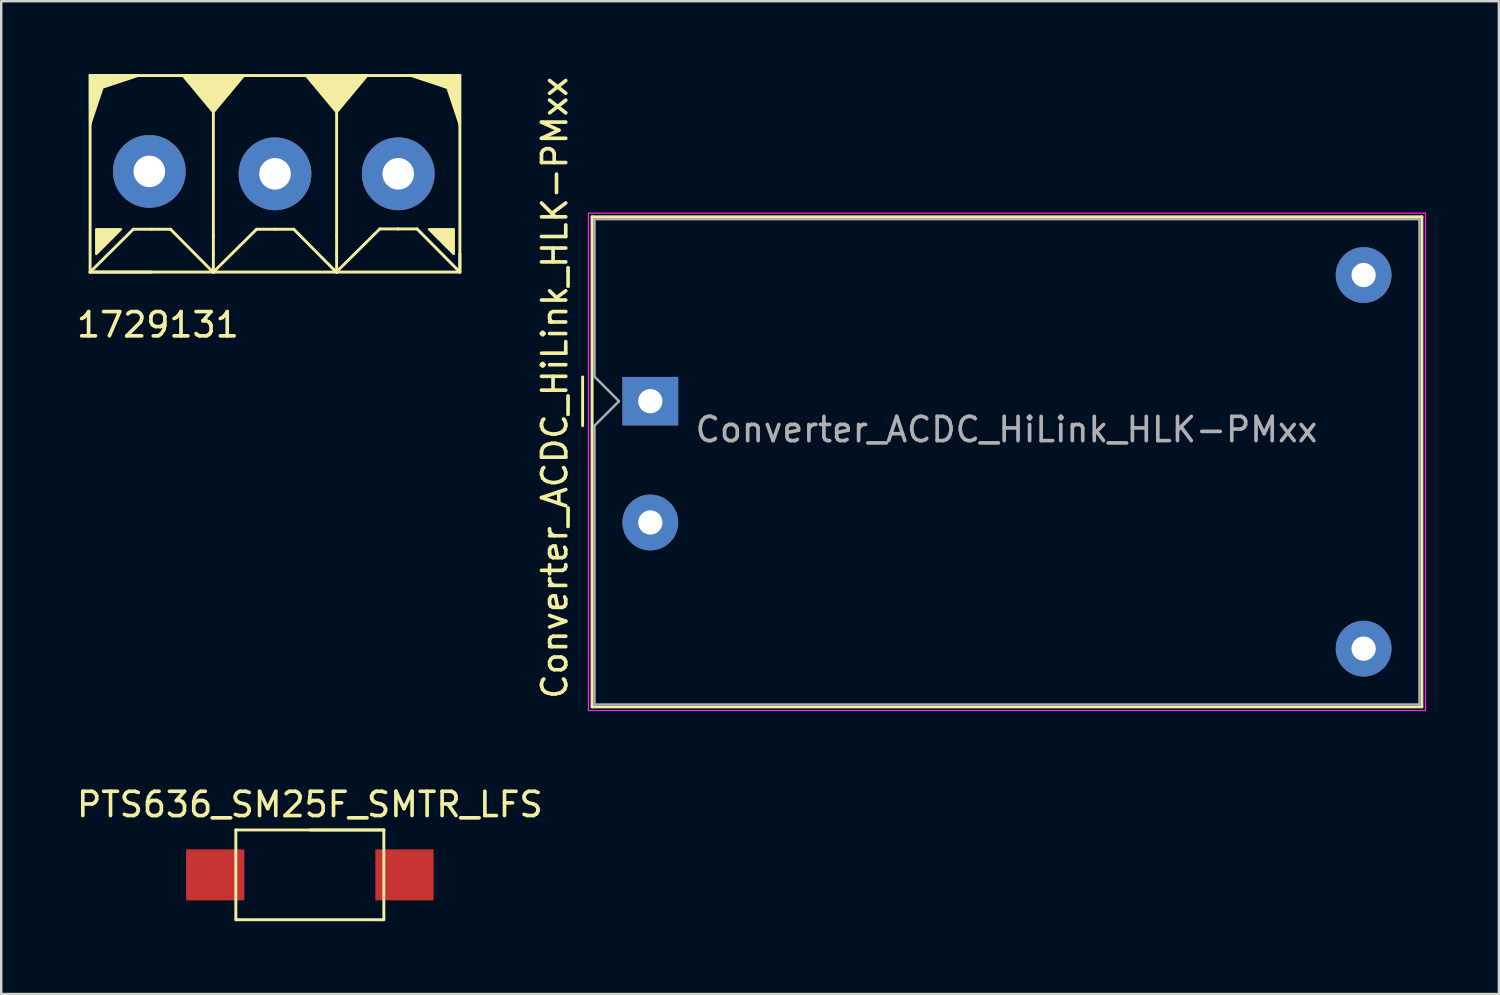
<source format=kicad_pcb>
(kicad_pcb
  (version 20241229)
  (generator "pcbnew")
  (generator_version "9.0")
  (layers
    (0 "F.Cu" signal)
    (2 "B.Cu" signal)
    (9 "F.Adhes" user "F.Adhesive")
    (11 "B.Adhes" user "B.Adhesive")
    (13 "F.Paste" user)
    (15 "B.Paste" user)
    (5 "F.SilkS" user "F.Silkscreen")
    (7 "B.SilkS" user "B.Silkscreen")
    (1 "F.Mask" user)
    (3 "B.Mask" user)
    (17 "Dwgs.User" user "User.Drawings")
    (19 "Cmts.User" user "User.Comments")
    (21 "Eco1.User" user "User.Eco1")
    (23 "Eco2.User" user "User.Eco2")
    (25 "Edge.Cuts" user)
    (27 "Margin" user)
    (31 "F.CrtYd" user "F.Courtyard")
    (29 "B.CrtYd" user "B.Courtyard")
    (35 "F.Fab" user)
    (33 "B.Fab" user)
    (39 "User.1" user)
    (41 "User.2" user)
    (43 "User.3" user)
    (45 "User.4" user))
  (footprint "Converter_ACDC_HiLink_HLK-PMxx"
    (layer "F.Cu")
    (at 23.753 13.485)
    (property "Reference" "Converter_ACDC_HiLink_HLK-PMxx" (at -3.94 -0.55 90) (layer "F.SilkS") (effects (font (size 1 1) (thickness 0.15))))
    (attr through_hole)
    (fp_line (start -2.79 -1) (end -2.79 1.01) (stroke (width 0.12) (type solid)) (layer "F.SilkS"))
    (fp_line (start -2.4 -7.6) (end -2.4 12.6) (stroke (width 0.12) (type solid)) (layer "F.SilkS"))
    (fp_line (start -2.4 12.6) (end 31.8 12.6) (stroke (width 0.12) (type solid)) (layer "F.SilkS"))
    (fp_line (start 31.8 -7.6) (end -2.4 -7.6) (stroke (width 0.12) (type solid)) (layer "F.SilkS"))
    (fp_line (start 31.8 12.6) (end 31.8 -7.6) (stroke (width 0.12) (type solid)) (layer "F.SilkS"))
    (fp_line (start -2.55 -7.75) (end -2.55 12.75) (stroke (width 0.05) (type solid)) (layer "F.CrtYd"))
    (fp_line (start -2.55 12.75) (end 31.95 12.75) (stroke (width 0.05) (type solid)) (layer "F.CrtYd"))
    (fp_line (start 31.95 -7.75) (end -2.55 -7.75) (stroke (width 0.05) (type solid)) (layer "F.CrtYd"))
    (fp_line (start 31.95 12.75) (end 31.95 -7.75) (stroke (width 0.05) (type solid)) (layer "F.CrtYd"))
    (fp_line (start -2.3 -7.5) (end 31.7 -7.5) (stroke (width 0.1) (type solid)) (layer "F.Fab"))
    (fp_line (start -2.3 -1) (end -2.3 -7.5) (stroke (width 0.1) (type solid)) (layer "F.Fab"))
    (fp_line (start -2.3 12.5) (end -2.3 0.99) (stroke (width 0.1) (type solid)) (layer "F.Fab"))
    (fp_line (start -2.3 12.5) (end 31.7 12.5) (stroke (width 0.1) (type solid)) (layer "F.Fab"))
    (fp_line (start -2.29 -1) (end -1.29 0) (stroke (width 0.1) (type solid)) (layer "F.Fab"))
    (fp_line (start -1.29 0) (end -2.29 1) (stroke (width 0.1) (type solid)) (layer "F.Fab"))
    (fp_line (start 31.7 12.5) (end 31.7 -7.5) (stroke (width 0.1) (type solid)) (layer "F.Fab"))
    (fp_text user "${REFERENCE}" (at 14.68 1.17 0) (layer "F.Fab") (effects (font (size 1 1) (thickness 0.15))))
    (pad "1" thru_hole rect (at 0 0) (size 2.3 2) (drill 1) (layers "*.Cu" "*.Mask"))
    (pad "2" thru_hole circle (at 0 5) (size 2.3 2.3) (drill 1) (layers "*.Cu" "*.Mask"))
    (pad "3" thru_hole circle (at 29.4 -5.2) (size 2.3 2.3) (drill 1) (layers "*.Cu" "*.Mask"))
    (pad "4" thru_hole circle (at 29.4 10.2) (size 2.3 2.3) (drill 1) (layers "*.Cu" "*.Mask")))
  (footprint "PTS636_SM25F_SMTR_LFS"
    (layer "F.Cu")
    (at 5.82 33.008)
    (property "Reference" "PTS636_SM25F_SMTR_LFS" (at 3.9 -2.9 0) (layer "F.SilkS") (effects (font (size 1 1) (thickness 0.15))))
    (attr through_hole)
    (fp_line (start 0.85 -1.85) (end 6.95 -1.85) (stroke (width 0.12) (type solid)) (layer "F.SilkS"))
    (fp_line (start 0.85 1.85) (end 0.85 -1.85) (stroke (width 0.12) (type solid)) (layer "F.SilkS"))
    (fp_line (start 3.9 -1.85) (end 6.95 -1.85) (stroke (width 0.12) (type solid)) (layer "F.SilkS"))
    (fp_line (start 6.95 -1.85) (end 6.95 1.85) (stroke (width 0.12) (type solid)) (layer "F.SilkS"))
    (fp_line (start 6.95 1.85) (end 0.85 1.85) (stroke (width 0.12) (type solid)) (layer "F.SilkS"))
    (pad "1" smd rect (at 0 0 90) (size 2.1 2.4) (layers "F.Cu" "F.Mask" "F.Paste"))
    (pad "2" smd rect (at 7.8 0 90) (size 2.1 2.4) (layers "F.Cu" "F.Mask" "F.Paste")))
  (footprint "1729131"
    (layer "F.Cu")
    (at 3.204 4.114)
    (property "Reference" "1729131" (at 0.254 6.223 0) (layer "F.SilkS") (effects (font (size 1 1) (thickness 0.15))))
    (attr through_hole)
    (fp_line (start -2.54 -4.05) (end -2.54 4.05) (stroke (width 0.12) (type solid)) (layer "F.SilkS"))
    (fp_line (start -2.54 4.05) (end -0.762 2.286) (stroke (width 0.12) (type solid)) (layer "F.SilkS"))
    (fp_line (start -2.54 4.05) (end 12.7 4.05) (stroke (width 0.12) (type solid)) (layer "F.SilkS"))
    (fp_line (start -0.762 2.286) (end 0 2.286) (stroke (width 0.12) (type solid)) (layer "F.SilkS"))
    (fp_line (start 0 4.05) (end -2.54 4.05) (stroke (width 0.12) (type solid)) (layer "F.SilkS"))
    (fp_line (start 0.776 2.286) (end 0 2.286) (stroke (width 0.12) (type solid)) (layer "F.SilkS"))
    (fp_line (start 0.776 2.286) (end 2.54 4.064) (stroke (width 0.12) (type solid)) (layer "F.SilkS"))
    (fp_line (start 2.54 -2.54) (end 2.54 2.54) (stroke (width 0.12) (type solid)) (layer "F.SilkS"))
    (fp_line (start 2.54 2.54) (end 2.54 3.302) (stroke (width 0.12) (type solid)) (layer "F.SilkS"))
    (fp_line (start 2.54 3.302) (end 2.54 4.064) (stroke (width 0.12) (type solid)) (layer "F.SilkS"))
    (fp_line (start 2.54 4.05) (end 4.318 2.286) (stroke (width 0.12) (type solid)) (layer "F.SilkS"))
    (fp_line (start 5.08 2.286) (end 4.318 2.286) (stroke (width 0.12) (type solid)) (layer "F.SilkS"))
    (fp_line (start 5.856 2.286) (end 5.08 2.286) (stroke (width 0.12) (type solid)) (layer "F.SilkS"))
    (fp_line (start 5.856 2.286) (end 7.62 4.064) (stroke (width 0.12) (type solid)) (layer "F.SilkS"))
    (fp_line (start 7.62 -2.54) (end 7.62 2.54) (stroke (width 0.12) (type solid)) (layer "F.SilkS"))
    (fp_line (start 7.62 2.54) (end 7.62 3.302) (stroke (width 0.12) (type solid)) (layer "F.SilkS"))
    (fp_line (start 7.62 3.302) (end 7.62 4.064) (stroke (width 0.12) (type solid)) (layer "F.SilkS"))
    (fp_line (start 7.62 4.036) (end 9.398 2.272) (stroke (width 0.12) (type solid)) (layer "F.SilkS"))
    (fp_line (start 10.16 2.272) (end 9.398 2.272) (stroke (width 0.12) (type solid)) (layer "F.SilkS"))
    (fp_line (start 10.936 2.272) (end 10.16 2.272) (stroke (width 0.12) (type solid)) (layer "F.SilkS"))
    (fp_line (start 10.936 2.272) (end 12.7 4.05) (stroke (width 0.12) (type solid)) (layer "F.SilkS"))
    (fp_line (start 12.7 -4.05) (end -2.54 -4.05) (stroke (width 0.12) (type solid)) (layer "F.SilkS"))
    (fp_line (start 12.7 -4.05) (end 12.7 4.05) (stroke (width 0.12) (type solid)) (layer "F.SilkS"))
    (fp_line (start 12.7 3.288) (end 12.7 4.05) (stroke (width 0.12) (type solid)) (layer "F.SilkS"))
    (fp_poly (pts (xy -2.286 3.302) (xy -2.286 2.286) (xy -1.27 2.286)) (stroke (width 0.1) (type solid)) (fill yes) (layer "F.SilkS"))
    (fp_poly (pts (xy 2.54 -2.54) (xy 1.27 -4.064) (xy 3.81 -4.064)) (stroke (width 0.1) (type solid)) (fill yes) (layer "F.SilkS"))
    (fp_poly (pts (xy 7.62 -2.54) (xy 6.35 -4.064) (xy 8.89 -4.064)) (stroke (width 0.1) (type solid)) (fill yes) (layer "F.SilkS"))
    (fp_poly (pts (xy 12.446 3.302) (xy 11.43 2.286) (xy 12.446 2.286)) (stroke (width 0.1) (type solid)) (fill yes) (layer "F.SilkS"))
    (fp_poly (pts (xy -2.032 -3.556) (xy -2.54 -2.032) (xy -2.54 -4.05) (xy -0.508 -4.064)) (stroke (width 0.1) (type solid)) (fill yes) (layer "F.SilkS"))
    (fp_poly (pts (xy 12.192 -3.542) (xy 10.668 -4.05) (xy 12.686 -4.05) (xy 12.7 -2.018)) (stroke (width 0.1) (type solid)) (fill yes) (layer "F.SilkS"))
    (pad "1" thru_hole circle (at -0.1 -0.1) (size 3 3) (drill 1.3) (layers "*.Cu" "*.Mask"))
    (pad "2" thru_hole circle (at 5.08 0) (size 3 3) (drill 1.3) (layers "*.Cu" "*.Mask"))
    (pad "3" thru_hole circle (at 10.16 0) (size 3 3) (drill 1.3) (layers "*.Cu" "*.Mask")))
  (gr_rect
    (start -3 -3)
    (end 58.728 37.918)
    (stroke (width 0.1) (type default))
    (fill no)
    (layer "Edge.Cuts")))
</source>
